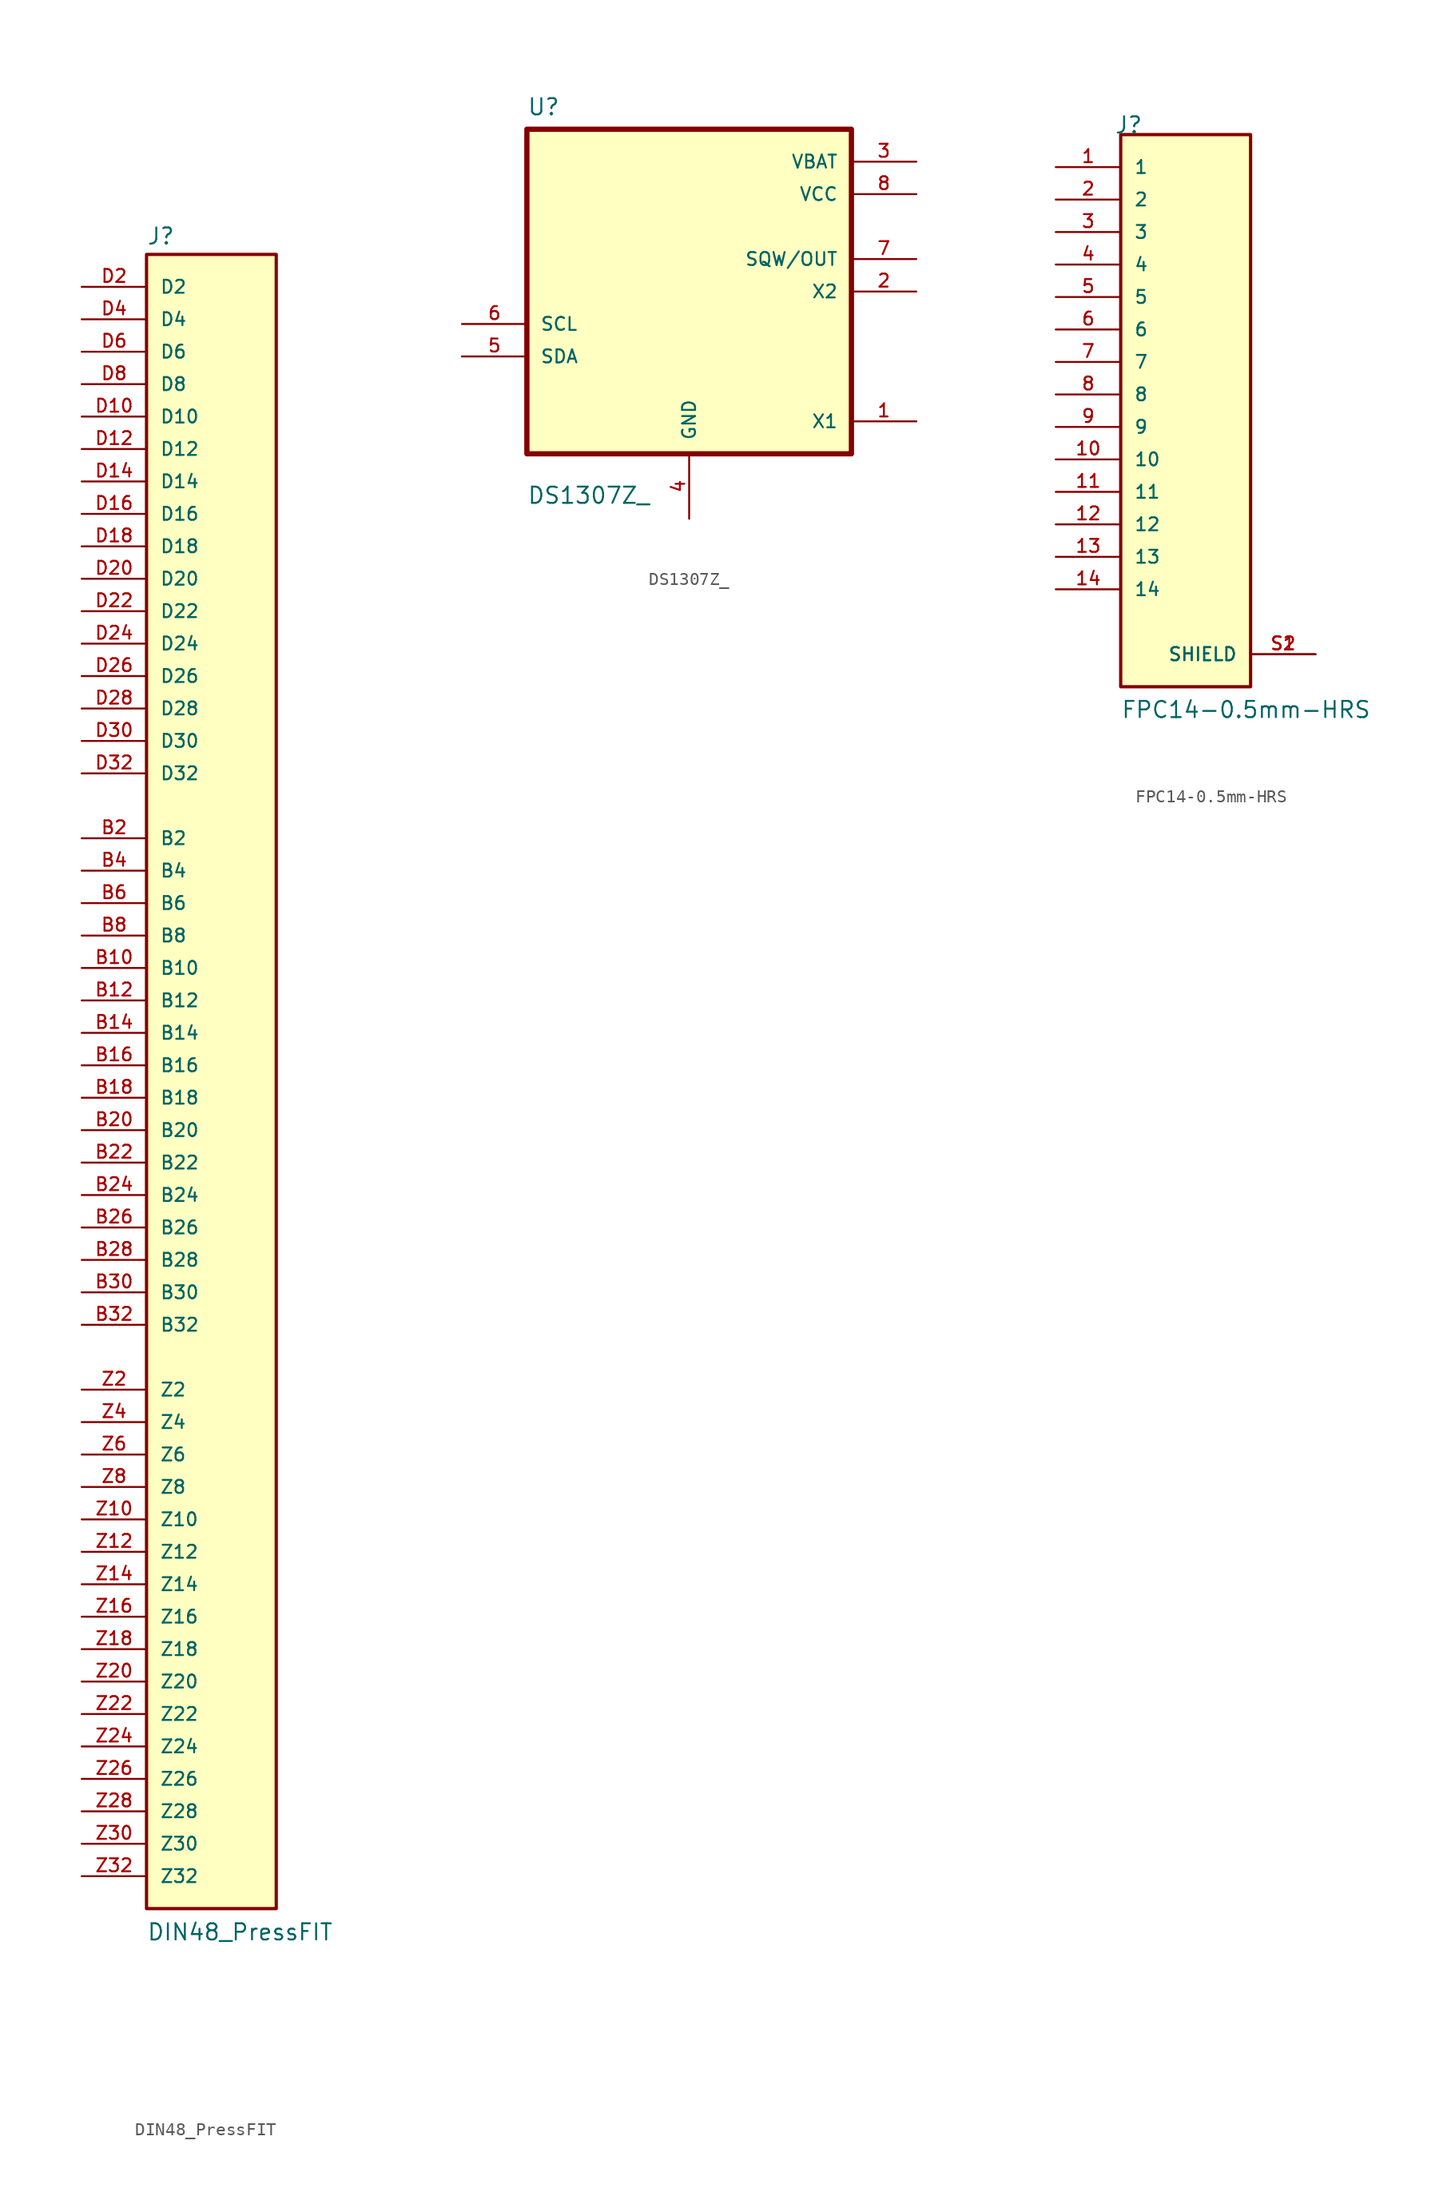
<source format=kicad_sym>
(kicad_symbol_lib
  (version 20241209)
  (generator "kicad_symbol_editor")
  (generator_version "9.0")
  (symbol "DIN48_PressFIT"
    (pin_names
      (offset 1.016))
    (property "Reference" "J"
      (at -5.083 66.721 0)
      (effects (font (size 1.27 1.27)) (justify left bottom)))
    (property "Value" "DIN48_PressFIT"
      (at -5.083 -66.079 0)
      (effects (font (size 1.27 1.27)) (justify left bottom)))
    (symbol "DIN48_PressFIT_0_0"
      (rectangle (start -5.08 -63.5) (end 5.08 66.04) (stroke (width 0.254) (type default)) (fill (type background)))
      (pin passive line (at -10.16 63.5 0) (length 5.08) (name "D2" (effects (font (size 1.016 1.016)))) (number "D2" (effects (font (size 1.016 1.016)))))
      (pin passive line (at -10.16 60.96 0) (length 5.08) (name "D4" (effects (font (size 1.016 1.016)))) (number "D4" (effects (font (size 1.016 1.016)))))
      (pin passive line (at -10.16 58.42 0) (length 5.08) (name "D6" (effects (font (size 1.016 1.016)))) (number "D6" (effects (font (size 1.016 1.016)))))
      (pin passive line (at -10.16 55.88 0) (length 5.08) (name "D8" (effects (font (size 1.016 1.016)))) (number "D8" (effects (font (size 1.016 1.016)))))
      (pin passive line (at -10.16 53.34 0) (length 5.08) (name "D10" (effects (font (size 1.016 1.016)))) (number "D10" (effects (font (size 1.016 1.016)))))
      (pin passive line (at -10.16 50.8 0) (length 5.08) (name "D12" (effects (font (size 1.016 1.016)))) (number "D12" (effects (font (size 1.016 1.016)))))
      (pin passive line (at -10.16 48.26 0) (length 5.08) (name "D14" (effects (font (size 1.016 1.016)))) (number "D14" (effects (font (size 1.016 1.016)))))
      (pin passive line (at -10.16 45.72 0) (length 5.08) (name "D16" (effects (font (size 1.016 1.016)))) (number "D16" (effects (font (size 1.016 1.016)))))
      (pin passive line (at -10.16 43.18 0) (length 5.08) (name "D18" (effects (font (size 1.016 1.016)))) (number "D18" (effects (font (size 1.016 1.016)))))
      (pin passive line (at -10.16 40.64 0) (length 5.08) (name "D20" (effects (font (size 1.016 1.016)))) (number "D20" (effects (font (size 1.016 1.016)))))
      (pin passive line (at -10.16 38.1 0) (length 5.08) (name "D22" (effects (font (size 1.016 1.016)))) (number "D22" (effects (font (size 1.016 1.016)))))
      (pin passive line (at -10.16 35.56 0) (length 5.08) (name "D24" (effects (font (size 1.016 1.016)))) (number "D24" (effects (font (size 1.016 1.016)))))
      (pin passive line (at -10.16 33.02 0) (length 5.08) (name "D26" (effects (font (size 1.016 1.016)))) (number "D26" (effects (font (size 1.016 1.016)))))
      (pin passive line (at -10.16 30.48 0) (length 5.08) (name "D28" (effects (font (size 1.016 1.016)))) (number "D28" (effects (font (size 1.016 1.016)))))
      (pin passive line (at -10.16 27.94 0) (length 5.08) (name "D30" (effects (font (size 1.016 1.016)))) (number "D30" (effects (font (size 1.016 1.016)))))
      (pin passive line (at -10.16 25.4 0) (length 5.08) (name "D32" (effects (font (size 1.016 1.016)))) (number "D32" (effects (font (size 1.016 1.016)))))
      (pin passive line (at -10.16 20.32 0) (length 5.08) (name "B2" (effects (font (size 1.016 1.016)))) (number "B2" (effects (font (size 1.016 1.016)))))
      (pin passive line (at -10.16 17.78 0) (length 5.08) (name "B4" (effects (font (size 1.016 1.016)))) (number "B4" (effects (font (size 1.016 1.016)))))
      (pin passive line (at -10.16 15.24 0) (length 5.08) (name "B6" (effects (font (size 1.016 1.016)))) (number "B6" (effects (font (size 1.016 1.016)))))
      (pin passive line (at -10.16 12.7 0) (length 5.08) (name "B8" (effects (font (size 1.016 1.016)))) (number "B8" (effects (font (size 1.016 1.016)))))
      (pin passive line (at -10.16 10.16 0) (length 5.08) (name "B10" (effects (font (size 1.016 1.016)))) (number "B10" (effects (font (size 1.016 1.016)))))
      (pin passive line (at -10.16 7.62 0) (length 5.08) (name "B12" (effects (font (size 1.016 1.016)))) (number "B12" (effects (font (size 1.016 1.016)))))
      (pin passive line (at -10.16 5.08 0) (length 5.08) (name "B14" (effects (font (size 1.016 1.016)))) (number "B14" (effects (font (size 1.016 1.016)))))
      (pin passive line (at -10.16 2.54 0) (length 5.08) (name "B16" (effects (font (size 1.016 1.016)))) (number "B16" (effects (font (size 1.016 1.016)))))
      (pin passive line (at -10.16 0 0) (length 5.08) (name "B18" (effects (font (size 1.016 1.016)))) (number "B18" (effects (font (size 1.016 1.016)))))
      (pin passive line (at -10.16 -2.54 0) (length 5.08) (name "B20" (effects (font (size 1.016 1.016)))) (number "B20" (effects (font (size 1.016 1.016)))))
      (pin passive line (at -10.16 -5.08 0) (length 5.08) (name "B22" (effects (font (size 1.016 1.016)))) (number "B22" (effects (font (size 1.016 1.016)))))
      (pin passive line (at -10.16 -7.62 0) (length 5.08) (name "B24" (effects (font (size 1.016 1.016)))) (number "B24" (effects (font (size 1.016 1.016)))))
      (pin passive line (at -10.16 -10.16 0) (length 5.08) (name "B26" (effects (font (size 1.016 1.016)))) (number "B26" (effects (font (size 1.016 1.016)))))
      (pin passive line (at -10.16 -12.7 0) (length 5.08) (name "B28" (effects (font (size 1.016 1.016)))) (number "B28" (effects (font (size 1.016 1.016)))))
      (pin passive line (at -10.16 -15.24 0) (length 5.08) (name "B30" (effects (font (size 1.016 1.016)))) (number "B30" (effects (font (size 1.016 1.016)))))
      (pin passive line (at -10.16 -17.78 0) (length 5.08) (name "B32" (effects (font (size 1.016 1.016)))) (number "B32" (effects (font (size 1.016 1.016)))))
      (pin passive line (at -10.16 -22.86 0) (length 5.08) (name "Z2" (effects (font (size 1.016 1.016)))) (number "Z2" (effects (font (size 1.016 1.016)))))
      (pin passive line (at -10.16 -25.4 0) (length 5.08) (name "Z4" (effects (font (size 1.016 1.016)))) (number "Z4" (effects (font (size 1.016 1.016)))))
      (pin passive line (at -10.16 -27.94 0) (length 5.08) (name "Z6" (effects (font (size 1.016 1.016)))) (number "Z6" (effects (font (size 1.016 1.016)))))
      (pin passive line (at -10.16 -30.48 0) (length 5.08) (name "Z8" (effects (font (size 1.016 1.016)))) (number "Z8" (effects (font (size 1.016 1.016)))))
      (pin passive line (at -10.16 -33.02 0) (length 5.08) (name "Z10" (effects (font (size 1.016 1.016)))) (number "Z10" (effects (font (size 1.016 1.016)))))
      (pin passive line (at -10.16 -35.56 0) (length 5.08) (name "Z12" (effects (font (size 1.016 1.016)))) (number "Z12" (effects (font (size 1.016 1.016)))))
      (pin passive line (at -10.16 -38.1 0) (length 5.08) (name "Z14" (effects (font (size 1.016 1.016)))) (number "Z14" (effects (font (size 1.016 1.016)))))
      (pin passive line (at -10.16 -40.64 0) (length 5.08) (name "Z16" (effects (font (size 1.016 1.016)))) (number "Z16" (effects (font (size 1.016 1.016)))))
      (pin passive line (at -10.16 -43.18 0) (length 5.08) (name "Z18" (effects (font (size 1.016 1.016)))) (number "Z18" (effects (font (size 1.016 1.016)))))
      (pin passive line (at -10.16 -45.72 0) (length 5.08) (name "Z20" (effects (font (size 1.016 1.016)))) (number "Z20" (effects (font (size 1.016 1.016)))))
      (pin passive line (at -10.16 -48.26 0) (length 5.08) (name "Z22" (effects (font (size 1.016 1.016)))) (number "Z22" (effects (font (size 1.016 1.016)))))
      (pin passive line (at -10.16 -50.8 0) (length 5.08) (name "Z24" (effects (font (size 1.016 1.016)))) (number "Z24" (effects (font (size 1.016 1.016)))))
      (pin passive line (at -10.16 -53.34 0) (length 5.08) (name "Z26" (effects (font (size 1.016 1.016)))) (number "Z26" (effects (font (size 1.016 1.016)))))
      (pin passive line (at -10.16 -55.88 0) (length 5.08) (name "Z28" (effects (font (size 1.016 1.016)))) (number "Z28" (effects (font (size 1.016 1.016)))))
      (pin passive line (at -10.16 -58.42 0) (length 5.08) (name "Z30" (effects (font (size 1.016 1.016)))) (number "Z30" (effects (font (size 1.016 1.016)))))
      (pin passive line (at -10.16 -60.96 0) (length 5.08) (name "Z32" (effects (font (size 1.016 1.016)))) (number "Z32" (effects (font (size 1.016 1.016)))))))
  (symbol "DS1307Z_"
    (pin_names
      (offset 1.016))
    (property "Reference" "U"
      (at -12.7 13.7 0)
      (effects (font (size 1.27 1.27)) (justify left bottom)))
    (property "Value" "DS1307Z_"
      (at -12.7 -16.7 0)
      (effects (font (size 1.27 1.27)) (justify left bottom)))
    (symbol "DS1307Z__0_0"
      (rectangle (start -12.7 -12.7) (end 12.7 12.7) (stroke (width 0.41) (type default)) (fill (type background)))
      (pin input line (at -17.78 -2.54 0) (length 5.08) (name "SCL" (effects (font (size 1.016 1.016)))) (number "6" (effects (font (size 1.016 1.016)))))
      (pin bidirectional line (at -17.78 -5.08 0) (length 5.08) (name "SDA" (effects (font (size 1.016 1.016)))) (number "5" (effects (font (size 1.016 1.016)))))
      (pin power_in line (at 0 -17.78 90) (length 5.08) (name "GND" (effects (font (size 1.016 1.016)))) (number "4" (effects (font (size 1.016 1.016)))))
      (pin power_in line (at 17.78 10.16 180) (length 5.08) (name "VBAT" (effects (font (size 1.016 1.016)))) (number "3" (effects (font (size 1.016 1.016)))))
      (pin power_in line (at 17.78 7.62 180) (length 5.08) (name "VCC" (effects (font (size 1.016 1.016)))) (number "8" (effects (font (size 1.016 1.016)))))
      (pin output line (at 17.78 2.54 180) (length 5.08) (name "SQW/OUT" (effects (font (size 1.016 1.016)))) (number "7" (effects (font (size 1.016 1.016)))))
      (pin output line (at 17.78 0 180) (length 5.08) (name "X2" (effects (font (size 1.016 1.016)))) (number "2" (effects (font (size 1.016 1.016)))))
      (pin input line (at 17.78 -10.16 180) (length 5.08) (name "X1" (effects (font (size 1.016 1.016)))) (number "1" (effects (font (size 1.016 1.016)))))))
  (symbol "FPC14-0.5mm-HRS"
    (pin_names
      (offset 1.016))
    (property "Reference" "J"
      (at -5.58 20.32 0)
      (effects (font (size 1.27 1.27)) (justify left bottom)))
    (property "Value" "FPC14-0.5mm-HRS"
      (at -5.08 -25.4 0)
      (effects (font (size 1.27 1.27)) (justify left bottom)))
    (symbol "FPC14-0.5mm-HRS_0_0"
      (rectangle (start -5.08 -22.86) (end 5.08 20.32) (stroke (width 0.254) (type default)) (fill (type background)))
      (pin passive line (at -10.16 17.78 0) (length 5.08) (name "1" (effects (font (size 1.016 1.016)))) (number "1" (effects (font (size 1.016 1.016)))))
      (pin passive line (at -10.16 15.24 0) (length 5.08) (name "2" (effects (font (size 1.016 1.016)))) (number "2" (effects (font (size 1.016 1.016)))))
      (pin passive line (at -10.16 12.7 0) (length 5.08) (name "3" (effects (font (size 1.016 1.016)))) (number "3" (effects (font (size 1.016 1.016)))))
      (pin passive line (at -10.16 10.16 0) (length 5.08) (name "4" (effects (font (size 1.016 1.016)))) (number "4" (effects (font (size 1.016 1.016)))))
      (pin passive line (at -10.16 7.62 0) (length 5.08) (name "5" (effects (font (size 1.016 1.016)))) (number "5" (effects (font (size 1.016 1.016)))))
      (pin passive line (at -10.16 5.08 0) (length 5.08) (name "6" (effects (font (size 1.016 1.016)))) (number "6" (effects (font (size 1.016 1.016)))))
      (pin passive line (at -10.16 2.54 0) (length 5.08) (name "7" (effects (font (size 1.016 1.016)))) (number "7" (effects (font (size 1.016 1.016)))))
      (pin passive line (at -10.16 0 0) (length 5.08) (name "8" (effects (font (size 1.016 1.016)))) (number "8" (effects (font (size 1.016 1.016)))))
      (pin passive line (at -10.16 -2.54 0) (length 5.08) (name "9" (effects (font (size 1.016 1.016)))) (number "9" (effects (font (size 1.016 1.016)))))
      (pin passive line (at -10.16 -5.08 0) (length 5.08) (name "10" (effects (font (size 1.016 1.016)))) (number "10" (effects (font (size 1.016 1.016)))))
      (pin passive line (at -10.16 -7.62 0) (length 5.08) (name "11" (effects (font (size 1.016 1.016)))) (number "11" (effects (font (size 1.016 1.016)))))
      (pin passive line (at -10.16 -10.16 0) (length 5.08) (name "12" (effects (font (size 1.016 1.016)))) (number "12" (effects (font (size 1.016 1.016)))))
      (pin passive line (at -10.16 -12.7 0) (length 5.08) (name "13" (effects (font (size 1.016 1.016)))) (number "13" (effects (font (size 1.016 1.016)))))
      (pin passive line (at -10.16 -15.24 0) (length 5.08) (name "14" (effects (font (size 1.016 1.016)))) (number "14" (effects (font (size 1.016 1.016)))))
      (pin passive line (at 10.16 -20.32 180) (length 5.08) (name "SHIELD" (effects (font (size 1.016 1.016)))) (number "S1" (effects (font (size 1.016 1.016)))))
      (pin passive line (at 10.16 -20.32 180) (length 5.08) (name "SHIELD" (effects (font (size 1.016 1.016)))) (number "S2" (effects (font (size 1.016 1.016))))))))
</source>
